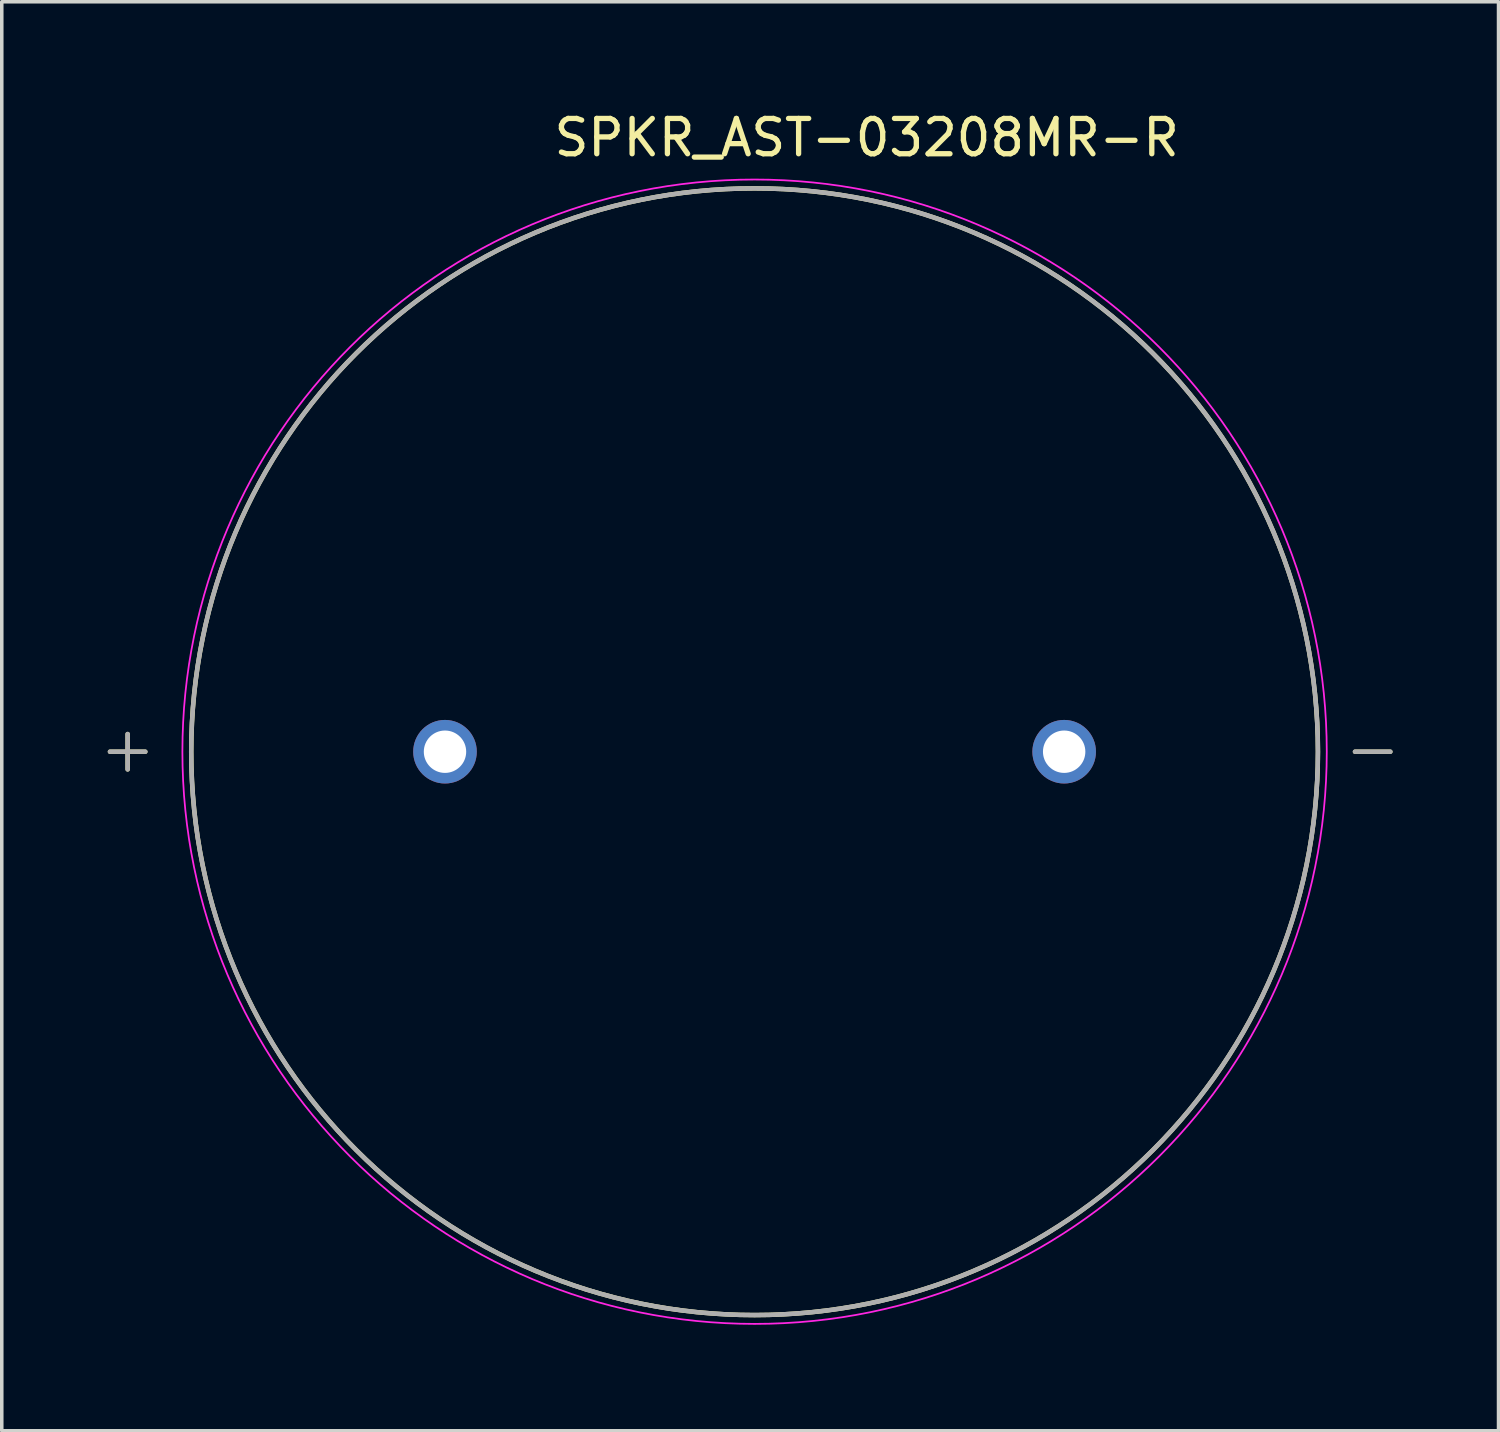
<source format=kicad_pcb>
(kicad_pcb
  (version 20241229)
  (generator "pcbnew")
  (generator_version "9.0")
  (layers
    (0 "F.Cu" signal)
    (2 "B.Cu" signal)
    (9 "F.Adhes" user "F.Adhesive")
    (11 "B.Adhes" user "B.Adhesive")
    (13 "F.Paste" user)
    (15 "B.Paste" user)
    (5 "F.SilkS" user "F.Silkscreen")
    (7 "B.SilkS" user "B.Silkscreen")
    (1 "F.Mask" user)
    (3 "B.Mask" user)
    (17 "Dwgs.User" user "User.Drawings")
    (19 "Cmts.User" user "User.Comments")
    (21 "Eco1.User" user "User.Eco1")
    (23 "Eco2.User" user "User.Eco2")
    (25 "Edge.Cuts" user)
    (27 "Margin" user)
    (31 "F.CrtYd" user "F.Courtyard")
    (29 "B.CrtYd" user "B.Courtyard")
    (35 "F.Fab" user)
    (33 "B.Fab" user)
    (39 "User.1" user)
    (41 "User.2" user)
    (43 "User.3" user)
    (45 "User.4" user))
  (footprint "SPKR_AST-03208MR-R"
    (layer "F.Cu")
    (at 18.314 18.233)
    (property "Reference" "SPKR_AST-03208MR-R" (at 3.175 -17.385 0) (layer "F.SilkS") (effects (font (size 1 1) (thickness 0.15))))
    (attr through_hole)
    (fp_line (start -18.25 0) (end -17.25 0) (stroke (width 0.127) (type solid)) (layer "F.SilkS"))
    (fp_line (start -17.75 -0.5) (end -17.75 0.5) (stroke (width 0.127) (type solid)) (layer "F.SilkS"))
    (fp_line (start 17 0) (end 18 0) (stroke (width 0.127) (type solid)) (layer "F.SilkS"))
    (fp_circle (center 0 0) (end 15.95 0) (stroke (width 0.127) (type solid)) (fill no) (layer "F.SilkS"))
    (fp_circle (center 0 0) (end 16.2 0) (stroke (width 0.05) (type solid)) (fill no) (layer "F.CrtYd"))
    (fp_line (start -18.25 0) (end -17.25 0) (stroke (width 0.127) (type solid)) (layer "F.Fab"))
    (fp_line (start -17.75 -0.5) (end -17.75 0.5) (stroke (width 0.127) (type solid)) (layer "F.Fab"))
    (fp_line (start 17 0) (end 18 0) (stroke (width 0.127) (type solid)) (layer "F.Fab"))
    (fp_circle (center 0 0) (end 15.95 0) (stroke (width 0.127) (type solid)) (fill no) (layer "F.Fab"))
    (pad "N" thru_hole circle (at 8.765 0) (size 1.8 1.8) (drill 1.2) (layers "*.Cu" "*.Mask"))
    (pad "P" thru_hole circle (at -8.765 0) (size 1.8 1.8) (drill 1.2) (layers "*.Cu" "*.Mask")))
  (gr_rect
    (start -3 -3)
    (end 39.377 37.458)
    (stroke (width 0.1) (type default))
    (fill no)
    (layer "Edge.Cuts")))
</source>
